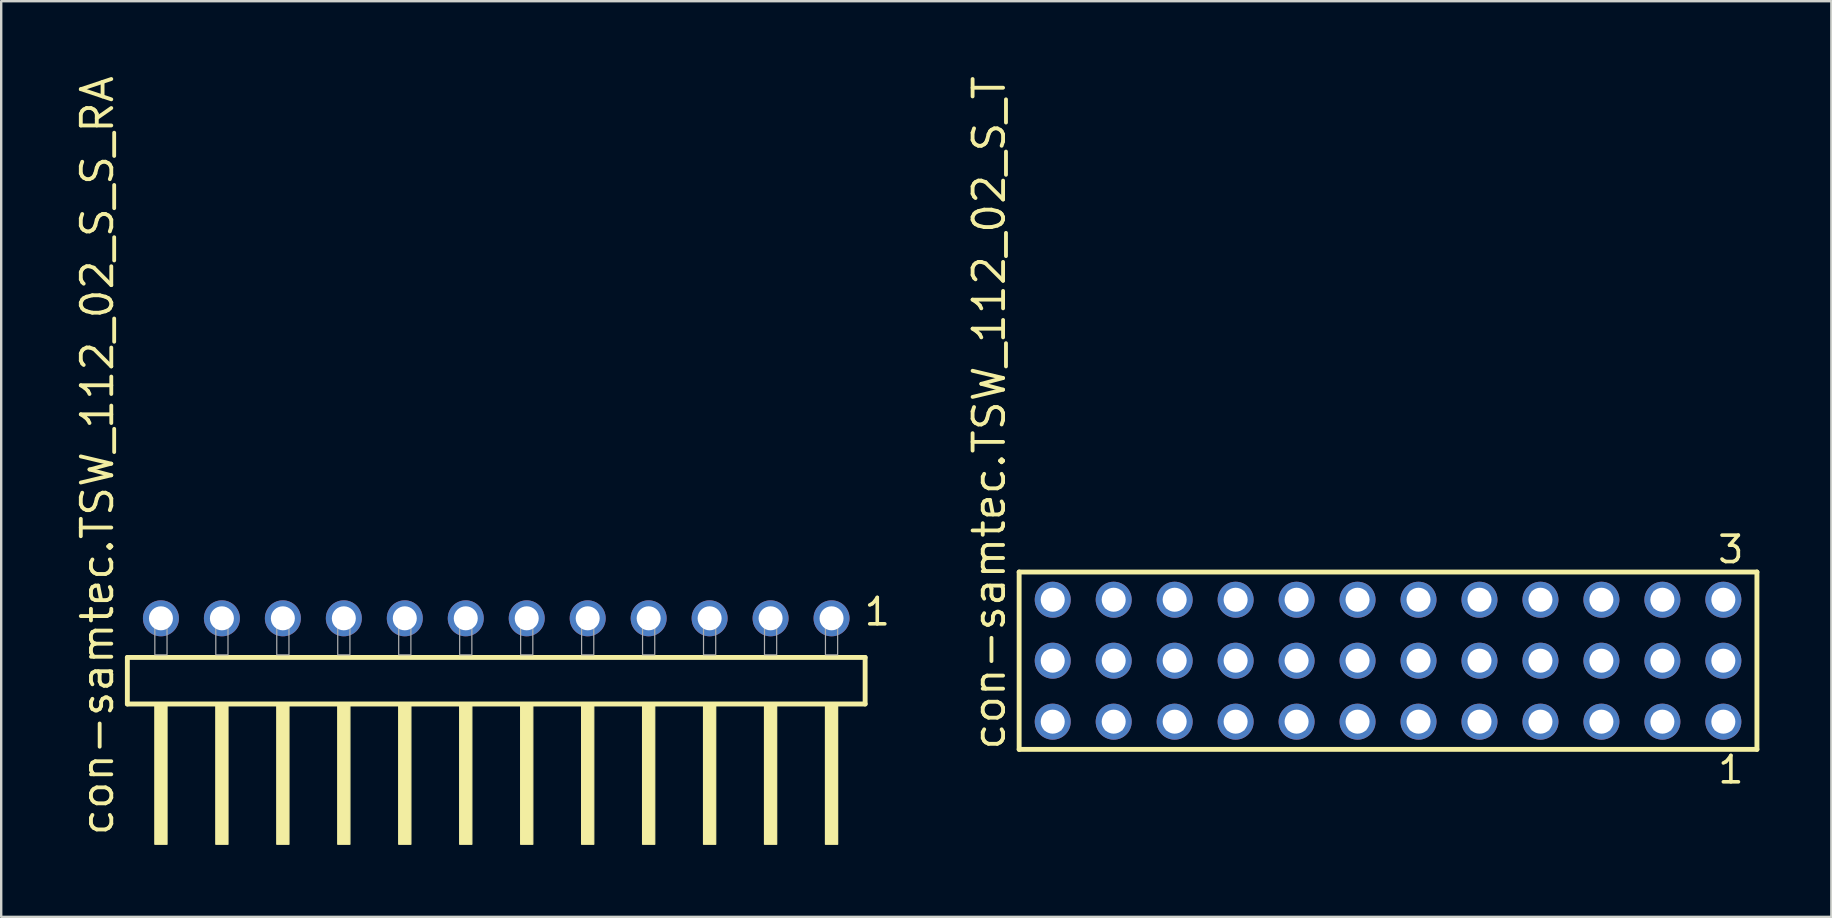
<source format=kicad_pcb>
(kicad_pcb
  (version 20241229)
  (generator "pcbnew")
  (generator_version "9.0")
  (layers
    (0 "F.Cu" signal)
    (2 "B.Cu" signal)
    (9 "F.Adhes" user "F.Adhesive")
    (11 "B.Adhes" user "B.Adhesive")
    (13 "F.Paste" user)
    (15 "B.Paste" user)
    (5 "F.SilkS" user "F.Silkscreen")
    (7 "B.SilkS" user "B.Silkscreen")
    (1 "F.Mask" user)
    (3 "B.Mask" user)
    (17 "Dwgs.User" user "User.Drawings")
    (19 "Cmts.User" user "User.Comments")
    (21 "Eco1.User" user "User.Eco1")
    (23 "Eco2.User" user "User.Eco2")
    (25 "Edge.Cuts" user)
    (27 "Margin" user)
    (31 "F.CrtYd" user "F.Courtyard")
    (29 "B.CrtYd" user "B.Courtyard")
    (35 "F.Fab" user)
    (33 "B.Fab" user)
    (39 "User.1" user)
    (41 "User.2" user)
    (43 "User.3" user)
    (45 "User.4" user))
  (footprint "con-samtec.TSW_112_02_S_S_RA"
    (layer "F.Cu")
    (at 17.625 24.235)
    (property "Reference" "con-samtec.TSW_112_02_S_S_RA" (at -15.875 7.62 90) (layer "F.SilkS") (effects (font (size 1.27 1.27) (thickness 0.16)) (justify left bottom)))
    (attr through_hole)
    (fp_line (start -15.369 0.106) (end -15.369 2.046) (stroke (width 0.203) (type default)) (layer "F.SilkS"))
    (fp_line (start -15.369 2.046) (end 15.369 2.046) (stroke (width 0.203) (type default)) (layer "F.SilkS"))
    (fp_line (start 15.369 0.106) (end -15.369 0.106) (stroke (width 0.203) (type default)) (layer "F.SilkS"))
    (fp_line (start 15.369 2.046) (end 15.369 0.106) (stroke (width 0.203) (type default)) (layer "F.SilkS"))
    (fp_rect (start -14.224 7.89) (end -13.716 2.04) (stroke (width 0.05) (type default)) (fill yes) (layer "F.SilkS"))
    (fp_rect (start -11.684 7.89) (end -11.176 2.04) (stroke (width 0.05) (type default)) (fill yes) (layer "F.SilkS"))
    (fp_rect (start -9.144 7.89) (end -8.636 2.04) (stroke (width 0.05) (type default)) (fill yes) (layer "F.SilkS"))
    (fp_rect (start -6.604 7.89) (end -6.096 2.04) (stroke (width 0.05) (type default)) (fill yes) (layer "F.SilkS"))
    (fp_rect (start -4.064 7.89) (end -3.556 2.04) (stroke (width 0.05) (type default)) (fill yes) (layer "F.SilkS"))
    (fp_rect (start -1.524 7.89) (end -1.016 2.04) (stroke (width 0.05) (type default)) (fill yes) (layer "F.SilkS"))
    (fp_rect (start 1.016 7.89) (end 1.524 2.04) (stroke (width 0.05) (type default)) (fill yes) (layer "F.SilkS"))
    (fp_rect (start 3.556 7.89) (end 4.064 2.04) (stroke (width 0.05) (type default)) (fill yes) (layer "F.SilkS"))
    (fp_rect (start 6.096 7.89) (end 6.604 2.04) (stroke (width 0.05) (type default)) (fill yes) (layer "F.SilkS"))
    (fp_rect (start 8.636 7.89) (end 9.144 2.04) (stroke (width 0.05) (type default)) (fill yes) (layer "F.SilkS"))
    (fp_rect (start 11.176 7.89) (end 11.684 2.04) (stroke (width 0.05) (type default)) (fill yes) (layer "F.SilkS"))
    (fp_rect (start 13.716 7.89) (end 14.224 2.04) (stroke (width 0.05) (type default)) (fill yes) (layer "F.SilkS"))
    (fp_rect (start -14.224 0) (end -13.716 -1.778) (stroke (width 0.05) (type default)) (fill no) (layer "F.Fab"))
    (fp_rect (start -11.684 0) (end -11.176 -1.778) (stroke (width 0.05) (type default)) (fill no) (layer "F.Fab"))
    (fp_rect (start -9.144 0) (end -8.636 -1.778) (stroke (width 0.05) (type default)) (fill no) (layer "F.Fab"))
    (fp_rect (start -6.604 0) (end -6.096 -1.778) (stroke (width 0.05) (type default)) (fill no) (layer "F.Fab"))
    (fp_rect (start -4.064 0) (end -3.556 -1.778) (stroke (width 0.05) (type default)) (fill no) (layer "F.Fab"))
    (fp_rect (start -1.524 0) (end -1.016 -1.778) (stroke (width 0.05) (type default)) (fill no) (layer "F.Fab"))
    (fp_rect (start 1.016 0) (end 1.524 -1.778) (stroke (width 0.05) (type default)) (fill no) (layer "F.Fab"))
    (fp_rect (start 3.556 0) (end 4.064 -1.778) (stroke (width 0.05) (type default)) (fill no) (layer "F.Fab"))
    (fp_rect (start 6.096 0) (end 6.604 -1.778) (stroke (width 0.05) (type default)) (fill no) (layer "F.Fab"))
    (fp_rect (start 8.636 0) (end 9.144 -1.778) (stroke (width 0.05) (type default)) (fill no) (layer "F.Fab"))
    (fp_rect (start 11.176 0) (end 11.684 -1.778) (stroke (width 0.05) (type default)) (fill no) (layer "F.Fab"))
    (fp_rect (start 13.716 0) (end 14.224 -1.778) (stroke (width 0.05) (type default)) (fill no) (layer "F.Fab"))
    (fp_text user "1" (at 15.252 -1.152 0) (layer "F.SilkS") (effects (font (size 1.1 1.1) (thickness 0.15)) (justify left bottom)))
    (pad "1" thru_hole circle (at 13.97 -1.524 180) (size 1.5 1.5) (drill 1) (layers "*.Cu" "*.Mask"))
    (pad "2" thru_hole circle (at 11.43 -1.524 180) (size 1.5 1.5) (drill 1) (layers "*.Cu" "*.Mask"))
    (pad "3" thru_hole circle (at 8.89 -1.524 180) (size 1.5 1.5) (drill 1) (layers "*.Cu" "*.Mask"))
    (pad "4" thru_hole circle (at 6.35 -1.524 180) (size 1.5 1.5) (drill 1) (layers "*.Cu" "*.Mask"))
    (pad "5" thru_hole circle (at 3.81 -1.524 180) (size 1.5 1.5) (drill 1) (layers "*.Cu" "*.Mask"))
    (pad "6" thru_hole circle (at 1.27 -1.524 180) (size 1.5 1.5) (drill 1) (layers "*.Cu" "*.Mask"))
    (pad "7" thru_hole circle (at -1.27 -1.524 180) (size 1.5 1.5) (drill 1) (layers "*.Cu" "*.Mask"))
    (pad "8" thru_hole circle (at -3.81 -1.524 180) (size 1.5 1.5) (drill 1) (layers "*.Cu" "*.Mask"))
    (pad "9" thru_hole circle (at -6.35 -1.524 180) (size 1.5 1.5) (drill 1) (layers "*.Cu" "*.Mask"))
    (pad "10" thru_hole circle (at -8.89 -1.524 180) (size 1.5 1.5) (drill 1) (layers "*.Cu" "*.Mask"))
    (pad "11" thru_hole circle (at -11.43 -1.524 180) (size 1.5 1.5) (drill 1) (layers "*.Cu" "*.Mask"))
    (pad "12" thru_hole circle (at -13.97 -1.524 180) (size 1.5 1.5) (drill 1) (layers "*.Cu" "*.Mask")))
  (footprint "con-samtec.TSW_112_02_S_T"
    (layer "F.Cu")
    (at 54.78 24.477)
    (property "Reference" "con-samtec.TSW_112_02_S_T" (at -15.875 3.81 90) (layer "F.SilkS") (effects (font (size 1.27 1.27) (thickness 0.16)) (justify left bottom)))
    (attr through_hole)
    (fp_line (start -15.369 -3.695) (end 15.369 -3.695) (stroke (width 0.203) (type default)) (layer "F.SilkS"))
    (fp_line (start -15.369 3.695) (end -15.369 -3.695) (stroke (width 0.203) (type default)) (layer "F.SilkS"))
    (fp_line (start 15.369 -3.695) (end 15.369 3.695) (stroke (width 0.203) (type default)) (layer "F.SilkS"))
    (fp_line (start 15.369 3.695) (end -15.369 3.695) (stroke (width 0.203) (type default)) (layer "F.SilkS"))
    (fp_rect (start -14.32 -2.19) (end -13.62 -2.89) (stroke (width 0.05) (type default)) (fill no) (layer "F.Fab"))
    (fp_rect (start -14.32 0.35) (end -13.62 -0.35) (stroke (width 0.05) (type default)) (fill no) (layer "F.Fab"))
    (fp_rect (start -14.32 2.89) (end -13.62 2.19) (stroke (width 0.05) (type default)) (fill no) (layer "F.Fab"))
    (fp_rect (start -11.78 -2.19) (end -11.08 -2.89) (stroke (width 0.05) (type default)) (fill no) (layer "F.Fab"))
    (fp_rect (start -11.78 0.35) (end -11.08 -0.35) (stroke (width 0.05) (type default)) (fill no) (layer "F.Fab"))
    (fp_rect (start -11.78 2.89) (end -11.08 2.19) (stroke (width 0.05) (type default)) (fill no) (layer "F.Fab"))
    (fp_rect (start -9.24 -2.19) (end -8.54 -2.89) (stroke (width 0.05) (type default)) (fill no) (layer "F.Fab"))
    (fp_rect (start -9.24 0.35) (end -8.54 -0.35) (stroke (width 0.05) (type default)) (fill no) (layer "F.Fab"))
    (fp_rect (start -9.24 2.89) (end -8.54 2.19) (stroke (width 0.05) (type default)) (fill no) (layer "F.Fab"))
    (fp_rect (start -6.7 -2.19) (end -6 -2.89) (stroke (width 0.05) (type default)) (fill no) (layer "F.Fab"))
    (fp_rect (start -6.7 0.35) (end -6 -0.35) (stroke (width 0.05) (type default)) (fill no) (layer "F.Fab"))
    (fp_rect (start -6.7 2.89) (end -6 2.19) (stroke (width 0.05) (type default)) (fill no) (layer "F.Fab"))
    (fp_rect (start -4.16 -2.19) (end -3.46 -2.89) (stroke (width 0.05) (type default)) (fill no) (layer "F.Fab"))
    (fp_rect (start -4.16 0.35) (end -3.46 -0.35) (stroke (width 0.05) (type default)) (fill no) (layer "F.Fab"))
    (fp_rect (start -4.16 2.89) (end -3.46 2.19) (stroke (width 0.05) (type default)) (fill no) (layer "F.Fab"))
    (fp_rect (start -1.62 -2.19) (end -0.92 -2.89) (stroke (width 0.05) (type default)) (fill no) (layer "F.Fab"))
    (fp_rect (start -1.62 0.35) (end -0.92 -0.35) (stroke (width 0.05) (type default)) (fill no) (layer "F.Fab"))
    (fp_rect (start -1.62 2.89) (end -0.92 2.19) (stroke (width 0.05) (type default)) (fill no) (layer "F.Fab"))
    (fp_rect (start 0.92 -2.19) (end 1.62 -2.89) (stroke (width 0.05) (type default)) (fill no) (layer "F.Fab"))
    (fp_rect (start 0.92 0.35) (end 1.62 -0.35) (stroke (width 0.05) (type default)) (fill no) (layer "F.Fab"))
    (fp_rect (start 0.92 2.89) (end 1.62 2.19) (stroke (width 0.05) (type default)) (fill no) (layer "F.Fab"))
    (fp_rect (start 3.46 -2.19) (end 4.16 -2.89) (stroke (width 0.05) (type default)) (fill no) (layer "F.Fab"))
    (fp_rect (start 3.46 0.35) (end 4.16 -0.35) (stroke (width 0.05) (type default)) (fill no) (layer "F.Fab"))
    (fp_rect (start 3.46 2.89) (end 4.16 2.19) (stroke (width 0.05) (type default)) (fill no) (layer "F.Fab"))
    (fp_rect (start 6 -2.19) (end 6.7 -2.89) (stroke (width 0.05) (type default)) (fill no) (layer "F.Fab"))
    (fp_rect (start 6 0.35) (end 6.7 -0.35) (stroke (width 0.05) (type default)) (fill no) (layer "F.Fab"))
    (fp_rect (start 6 2.89) (end 6.7 2.19) (stroke (width 0.05) (type default)) (fill no) (layer "F.Fab"))
    (fp_rect (start 8.54 -2.19) (end 9.24 -2.89) (stroke (width 0.05) (type default)) (fill no) (layer "F.Fab"))
    (fp_rect (start 8.54 0.35) (end 9.24 -0.35) (stroke (width 0.05) (type default)) (fill no) (layer "F.Fab"))
    (fp_rect (start 8.54 2.89) (end 9.24 2.19) (stroke (width 0.05) (type default)) (fill no) (layer "F.Fab"))
    (fp_rect (start 11.08 -2.19) (end 11.78 -2.89) (stroke (width 0.05) (type default)) (fill no) (layer "F.Fab"))
    (fp_rect (start 11.08 0.35) (end 11.78 -0.35) (stroke (width 0.05) (type default)) (fill no) (layer "F.Fab"))
    (fp_rect (start 11.08 2.89) (end 11.78 2.19) (stroke (width 0.05) (type default)) (fill no) (layer "F.Fab"))
    (fp_rect (start 13.62 -2.19) (end 14.32 -2.89) (stroke (width 0.05) (type default)) (fill no) (layer "F.Fab"))
    (fp_rect (start 13.62 0.35) (end 14.32 -0.35) (stroke (width 0.05) (type default)) (fill no) (layer "F.Fab"))
    (fp_rect (start 13.62 2.89) (end 14.32 2.19) (stroke (width 0.05) (type default)) (fill no) (layer "F.Fab"))
    (fp_text user "3" (at 13.658 -3.989 0) (layer "F.SilkS") (effects (font (size 1.1 1.1) (thickness 0.15)) (justify left bottom)))
    (fp_text user "1" (at 13.662 5.188 0) (layer "F.SilkS") (effects (font (size 1.1 1.1) (thickness 0.15)) (justify left bottom)))
    (pad "1" thru_hole circle (at 13.97 2.54 180) (size 1.5 1.5) (drill 1) (layers "*.Cu" "*.Mask"))
    (pad "2" thru_hole circle (at 13.97 0 180) (size 1.5 1.5) (drill 1) (layers "*.Cu" "*.Mask"))
    (pad "3" thru_hole circle (at 13.97 -2.54 180) (size 1.5 1.5) (drill 1) (layers "*.Cu" "*.Mask"))
    (pad "4" thru_hole circle (at 11.43 2.54 180) (size 1.5 1.5) (drill 1) (layers "*.Cu" "*.Mask"))
    (pad "5" thru_hole circle (at 11.43 0 180) (size 1.5 1.5) (drill 1) (layers "*.Cu" "*.Mask"))
    (pad "6" thru_hole circle (at 11.43 -2.54 180) (size 1.5 1.5) (drill 1) (layers "*.Cu" "*.Mask"))
    (pad "7" thru_hole circle (at 8.89 2.54 180) (size 1.5 1.5) (drill 1) (layers "*.Cu" "*.Mask"))
    (pad "8" thru_hole circle (at 8.89 0 180) (size 1.5 1.5) (drill 1) (layers "*.Cu" "*.Mask"))
    (pad "9" thru_hole circle (at 8.89 -2.54 180) (size 1.5 1.5) (drill 1) (layers "*.Cu" "*.Mask"))
    (pad "10" thru_hole circle (at 6.35 2.54 180) (size 1.5 1.5) (drill 1) (layers "*.Cu" "*.Mask"))
    (pad "11" thru_hole circle (at 6.35 0 180) (size 1.5 1.5) (drill 1) (layers "*.Cu" "*.Mask"))
    (pad "12" thru_hole circle (at 6.35 -2.54 180) (size 1.5 1.5) (drill 1) (layers "*.Cu" "*.Mask"))
    (pad "13" thru_hole circle (at 3.81 2.54 180) (size 1.5 1.5) (drill 1) (layers "*.Cu" "*.Mask"))
    (pad "14" thru_hole circle (at 3.81 0 180) (size 1.5 1.5) (drill 1) (layers "*.Cu" "*.Mask"))
    (pad "15" thru_hole circle (at 3.81 -2.54 180) (size 1.5 1.5) (drill 1) (layers "*.Cu" "*.Mask"))
    (pad "16" thru_hole circle (at 1.27 2.54 180) (size 1.5 1.5) (drill 1) (layers "*.Cu" "*.Mask"))
    (pad "17" thru_hole circle (at 1.27 0 180) (size 1.5 1.5) (drill 1) (layers "*.Cu" "*.Mask"))
    (pad "18" thru_hole circle (at 1.27 -2.54 180) (size 1.5 1.5) (drill 1) (layers "*.Cu" "*.Mask"))
    (pad "19" thru_hole circle (at -1.27 2.54 180) (size 1.5 1.5) (drill 1) (layers "*.Cu" "*.Mask"))
    (pad "20" thru_hole circle (at -1.27 0 180) (size 1.5 1.5) (drill 1) (layers "*.Cu" "*.Mask"))
    (pad "21" thru_hole circle (at -1.27 -2.54 180) (size 1.5 1.5) (drill 1) (layers "*.Cu" "*.Mask"))
    (pad "22" thru_hole circle (at -3.81 2.54 180) (size 1.5 1.5) (drill 1) (layers "*.Cu" "*.Mask"))
    (pad "23" thru_hole circle (at -3.81 0 180) (size 1.5 1.5) (drill 1) (layers "*.Cu" "*.Mask"))
    (pad "24" thru_hole circle (at -3.81 -2.54 180) (size 1.5 1.5) (drill 1) (layers "*.Cu" "*.Mask"))
    (pad "25" thru_hole circle (at -6.35 2.54 180) (size 1.5 1.5) (drill 1) (layers "*.Cu" "*.Mask"))
    (pad "26" thru_hole circle (at -6.35 0 180) (size 1.5 1.5) (drill 1) (layers "*.Cu" "*.Mask"))
    (pad "27" thru_hole circle (at -6.35 -2.54 180) (size 1.5 1.5) (drill 1) (layers "*.Cu" "*.Mask"))
    (pad "28" thru_hole circle (at -8.89 2.54 180) (size 1.5 1.5) (drill 1) (layers "*.Cu" "*.Mask"))
    (pad "29" thru_hole circle (at -8.89 0 180) (size 1.5 1.5) (drill 1) (layers "*.Cu" "*.Mask"))
    (pad "30" thru_hole circle (at -8.89 -2.54 180) (size 1.5 1.5) (drill 1) (layers "*.Cu" "*.Mask"))
    (pad "31" thru_hole circle (at -11.43 2.54 180) (size 1.5 1.5) (drill 1) (layers "*.Cu" "*.Mask"))
    (pad "32" thru_hole circle (at -11.43 0 180) (size 1.5 1.5) (drill 1) (layers "*.Cu" "*.Mask"))
    (pad "33" thru_hole circle (at -11.43 -2.54 180) (size 1.5 1.5) (drill 1) (layers "*.Cu" "*.Mask"))
    (pad "34" thru_hole circle (at -13.97 2.54 180) (size 1.5 1.5) (drill 1) (layers "*.Cu" "*.Mask"))
    (pad "35" thru_hole circle (at -13.97 0 180) (size 1.5 1.5) (drill 1) (layers "*.Cu" "*.Mask"))
    (pad "36" thru_hole circle (at -13.97 -2.54 180) (size 1.5 1.5) (drill 1) (layers "*.Cu" "*.Mask")))
  (gr_rect
    (start -3 -3)
    (end 73.25 35.15)
    (stroke (width 0.1) (type default))
    (fill no)
    (layer "Edge.Cuts")))
</source>
